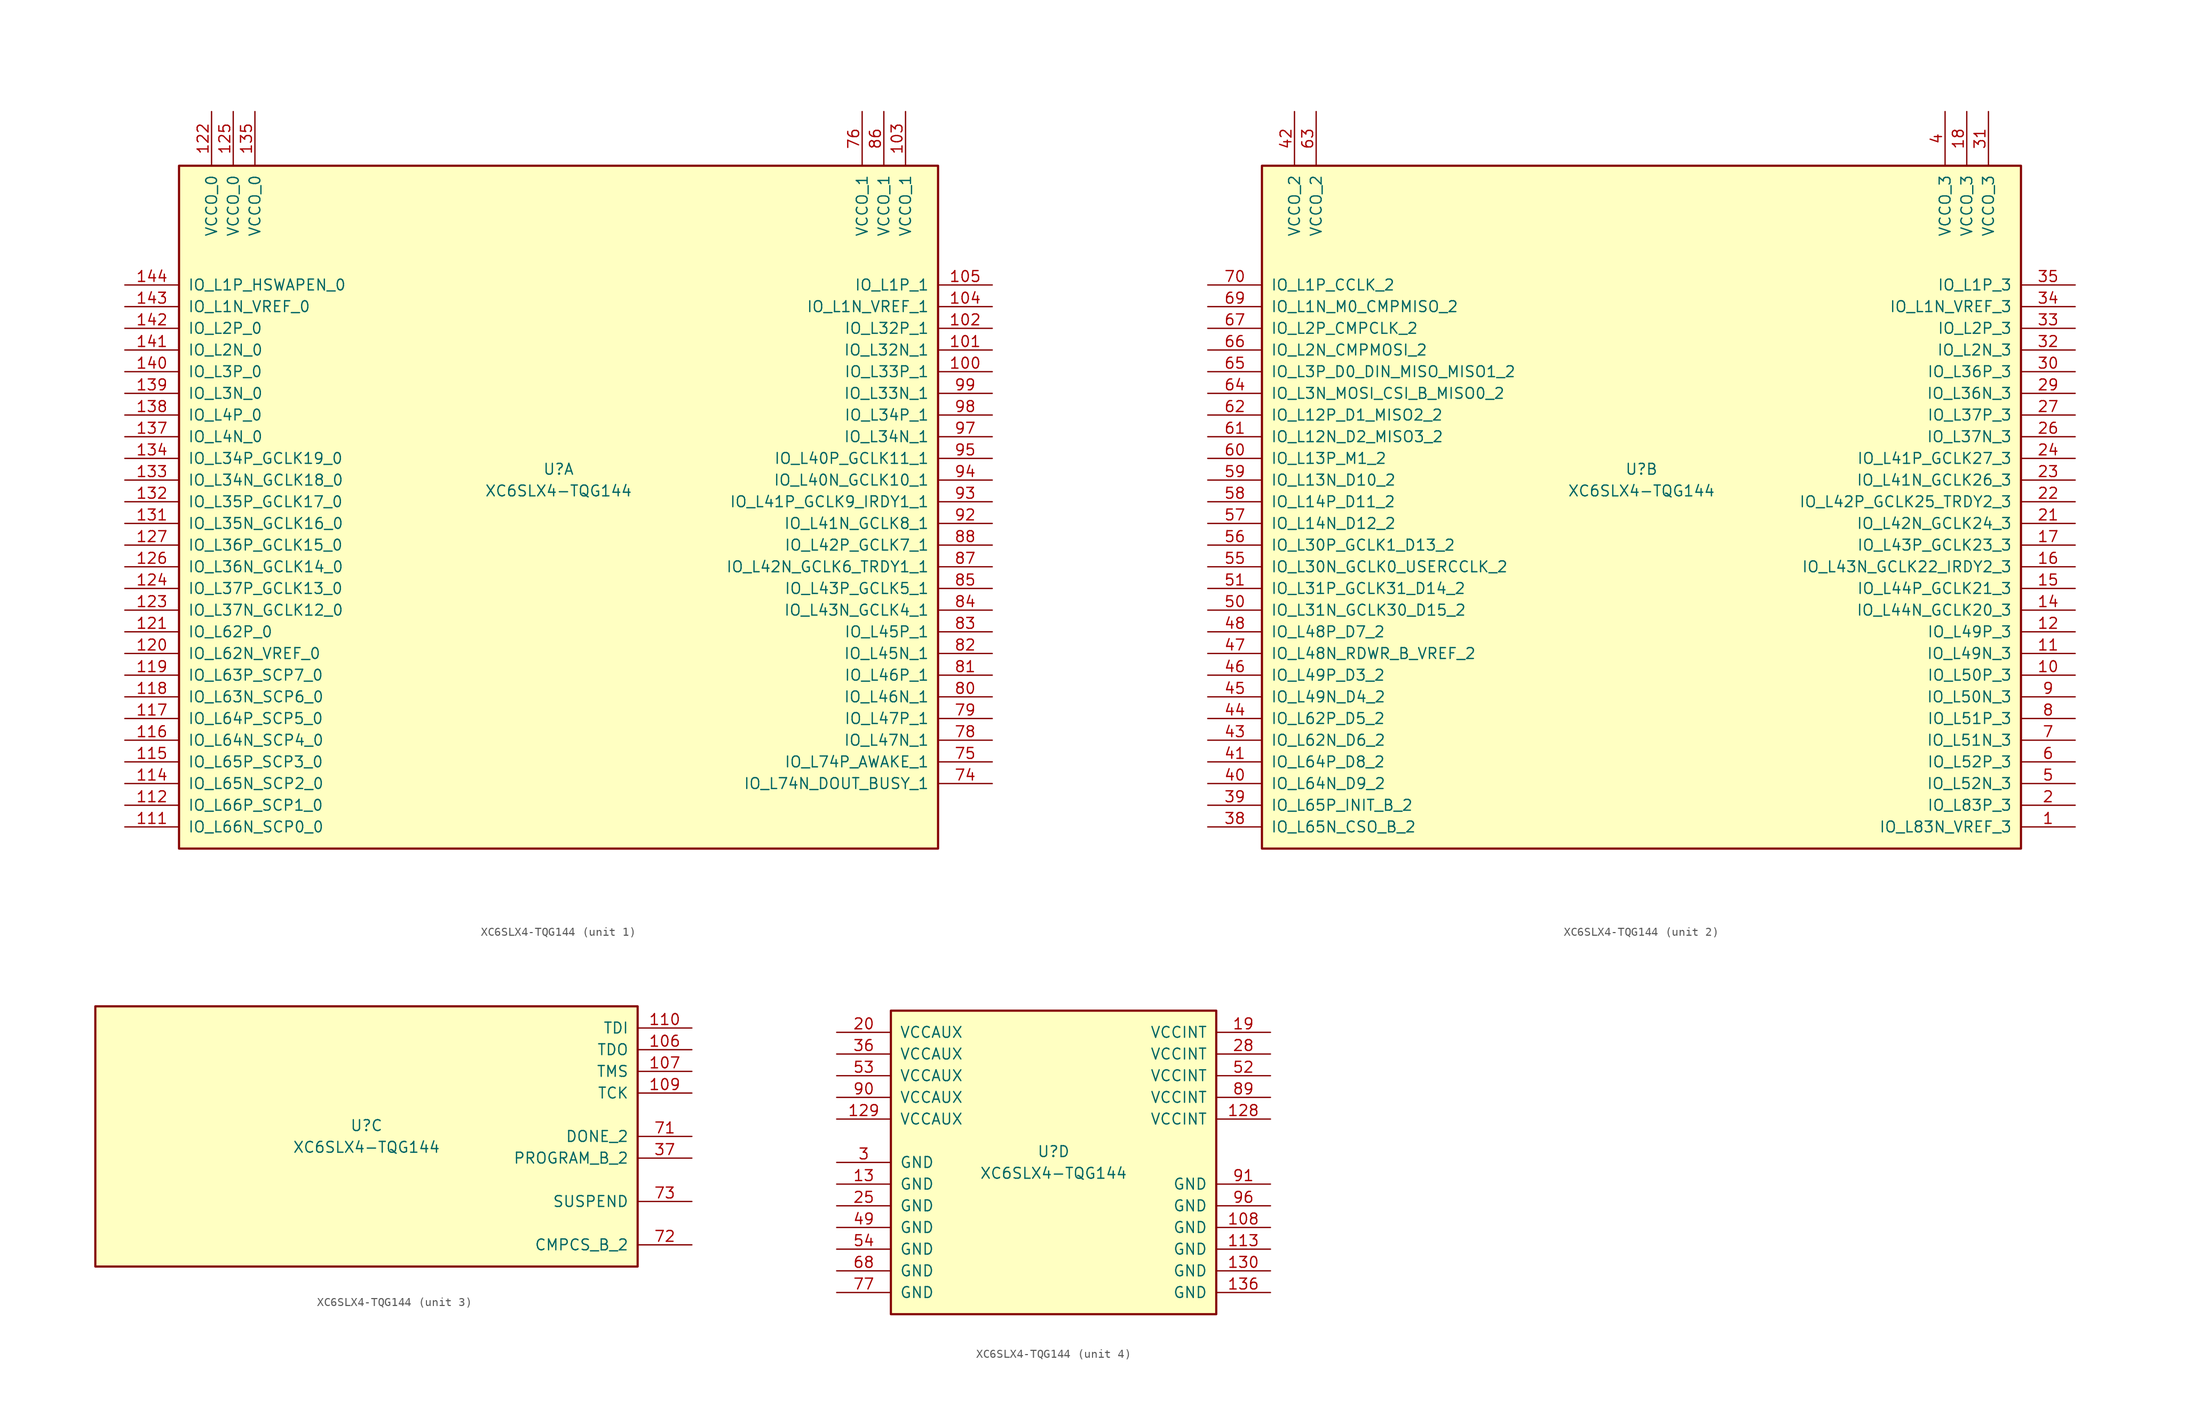
<source format=kicad_sym>
(kicad_symbol_lib
  (version 20201005)
  (generator kicad_symbol_editor)
  (symbol "FPGA_Xilinx_Spartan6:XC6SLX4-TQG144"
    (pin_names
      (offset 1.016))
    (property "Reference" "U"
      (at 0 1.27 0)
      (effects (font (size 1.27 1.27))))
    (property "Value" "XC6SLX4-TQG144"
      (at 0 -1.27 0)
      (effects (font (size 1.27 1.27))))
    (property "Datasheet" ""
      (at 0 0 0)
      (effects (font (size 1.27 1.27))))
    (property "ki_locked" ""
      (at 0 0 0)
      (effects (font (size 1.27 1.27))))
    (symbol "XC6SLX4-TQG144_1_1"
      (rectangle (start -44.45 36.83) (end 44.45 -43.18) (stroke (width 0.254)) (fill (type background)))
      (pin power_in line (at -40.64 43.18 270) (length 6.35) (name "VCCO_0" (effects (font (size 1.27 1.27)))) (number "122" (effects (font (size 1.27 1.27)))))
      (pin power_in line (at -38.1 43.18 270) (length 6.35) (name "VCCO_0" (effects (font (size 1.27 1.27)))) (number "125" (effects (font (size 1.27 1.27)))))
      (pin power_in line (at -35.56 43.18 270) (length 6.35) (name "VCCO_0" (effects (font (size 1.27 1.27)))) (number "135" (effects (font (size 1.27 1.27)))))
      (pin bidirectional line (at -50.8 22.86 0) (length 6.35) (name "IO_L1P_HSWAPEN_0" (effects (font (size 1.27 1.27)))) (number "144" (effects (font (size 1.27 1.27)))))
      (pin bidirectional line (at -50.8 20.32 0) (length 6.35) (name "IO_L1N_VREF_0" (effects (font (size 1.27 1.27)))) (number "143" (effects (font (size 1.27 1.27)))))
      (pin bidirectional line (at -50.8 17.78 0) (length 6.35) (name "IO_L2P_0" (effects (font (size 1.27 1.27)))) (number "142" (effects (font (size 1.27 1.27)))))
      (pin bidirectional line (at -50.8 15.24 0) (length 6.35) (name "IO_L2N_0" (effects (font (size 1.27 1.27)))) (number "141" (effects (font (size 1.27 1.27)))))
      (pin bidirectional line (at -50.8 12.7 0) (length 6.35) (name "IO_L3P_0" (effects (font (size 1.27 1.27)))) (number "140" (effects (font (size 1.27 1.27)))))
      (pin bidirectional line (at -50.8 10.16 0) (length 6.35) (name "IO_L3N_0" (effects (font (size 1.27 1.27)))) (number "139" (effects (font (size 1.27 1.27)))))
      (pin bidirectional line (at -50.8 7.62 0) (length 6.35) (name "IO_L4P_0" (effects (font (size 1.27 1.27)))) (number "138" (effects (font (size 1.27 1.27)))))
      (pin bidirectional line (at -50.8 5.08 0) (length 6.35) (name "IO_L4N_0" (effects (font (size 1.27 1.27)))) (number "137" (effects (font (size 1.27 1.27)))))
      (pin bidirectional line (at -50.8 2.54 0) (length 6.35) (name "IO_L34P_GCLK19_0" (effects (font (size 1.27 1.27)))) (number "134" (effects (font (size 1.27 1.27)))))
      (pin bidirectional line (at -50.8 0 0) (length 6.35) (name "IO_L34N_GCLK18_0" (effects (font (size 1.27 1.27)))) (number "133" (effects (font (size 1.27 1.27)))))
      (pin bidirectional line (at -50.8 -2.54 0) (length 6.35) (name "IO_L35P_GCLK17_0" (effects (font (size 1.27 1.27)))) (number "132" (effects (font (size 1.27 1.27)))))
      (pin bidirectional line (at -50.8 -5.08 0) (length 6.35) (name "IO_L35N_GCLK16_0" (effects (font (size 1.27 1.27)))) (number "131" (effects (font (size 1.27 1.27)))))
      (pin bidirectional line (at -50.8 -7.62 0) (length 6.35) (name "IO_L36P_GCLK15_0" (effects (font (size 1.27 1.27)))) (number "127" (effects (font (size 1.27 1.27)))))
      (pin bidirectional line (at -50.8 -10.16 0) (length 6.35) (name "IO_L36N_GCLK14_0" (effects (font (size 1.27 1.27)))) (number "126" (effects (font (size 1.27 1.27)))))
      (pin bidirectional line (at -50.8 -12.7 0) (length 6.35) (name "IO_L37P_GCLK13_0" (effects (font (size 1.27 1.27)))) (number "124" (effects (font (size 1.27 1.27)))))
      (pin bidirectional line (at -50.8 -15.24 0) (length 6.35) (name "IO_L37N_GCLK12_0" (effects (font (size 1.27 1.27)))) (number "123" (effects (font (size 1.27 1.27)))))
      (pin bidirectional line (at -50.8 -17.78 0) (length 6.35) (name "IO_L62P_0" (effects (font (size 1.27 1.27)))) (number "121" (effects (font (size 1.27 1.27)))))
      (pin bidirectional line (at -50.8 -20.32 0) (length 6.35) (name "IO_L62N_VREF_0" (effects (font (size 1.27 1.27)))) (number "120" (effects (font (size 1.27 1.27)))))
      (pin bidirectional line (at -50.8 -22.86 0) (length 6.35) (name "IO_L63P_SCP7_0" (effects (font (size 1.27 1.27)))) (number "119" (effects (font (size 1.27 1.27)))))
      (pin bidirectional line (at -50.8 -25.4 0) (length 6.35) (name "IO_L63N_SCP6_0" (effects (font (size 1.27 1.27)))) (number "118" (effects (font (size 1.27 1.27)))))
      (pin bidirectional line (at -50.8 -27.94 0) (length 6.35) (name "IO_L64P_SCP5_0" (effects (font (size 1.27 1.27)))) (number "117" (effects (font (size 1.27 1.27)))))
      (pin bidirectional line (at -50.8 -30.48 0) (length 6.35) (name "IO_L64N_SCP4_0" (effects (font (size 1.27 1.27)))) (number "116" (effects (font (size 1.27 1.27)))))
      (pin bidirectional line (at -50.8 -33.02 0) (length 6.35) (name "IO_L65P_SCP3_0" (effects (font (size 1.27 1.27)))) (number "115" (effects (font (size 1.27 1.27)))))
      (pin bidirectional line (at -50.8 -35.56 0) (length 6.35) (name "IO_L65N_SCP2_0" (effects (font (size 1.27 1.27)))) (number "114" (effects (font (size 1.27 1.27)))))
      (pin bidirectional line (at -50.8 -38.1 0) (length 6.35) (name "IO_L66P_SCP1_0" (effects (font (size 1.27 1.27)))) (number "112" (effects (font (size 1.27 1.27)))))
      (pin bidirectional line (at -50.8 -40.64 0) (length 6.35) (name "IO_L66N_SCP0_0" (effects (font (size 1.27 1.27)))) (number "111" (effects (font (size 1.27 1.27)))))
      (pin power_in line (at 35.56 43.18 270) (length 6.35) (name "VCCO_1" (effects (font (size 1.27 1.27)))) (number "76" (effects (font (size 1.27 1.27)))))
      (pin power_in line (at 38.1 43.18 270) (length 6.35) (name "VCCO_1" (effects (font (size 1.27 1.27)))) (number "86" (effects (font (size 1.27 1.27)))))
      (pin power_in line (at 40.64 43.18 270) (length 6.35) (name "VCCO_1" (effects (font (size 1.27 1.27)))) (number "103" (effects (font (size 1.27 1.27)))))
      (pin bidirectional line (at 50.8 22.86 180) (length 6.35) (name "IO_L1P_1" (effects (font (size 1.27 1.27)))) (number "105" (effects (font (size 1.27 1.27)))))
      (pin bidirectional line (at 50.8 20.32 180) (length 6.35) (name "IO_L1N_VREF_1" (effects (font (size 1.27 1.27)))) (number "104" (effects (font (size 1.27 1.27)))))
      (pin bidirectional line (at 50.8 17.78 180) (length 6.35) (name "IO_L32P_1" (effects (font (size 1.27 1.27)))) (number "102" (effects (font (size 1.27 1.27)))))
      (pin bidirectional line (at 50.8 15.24 180) (length 6.35) (name "IO_L32N_1" (effects (font (size 1.27 1.27)))) (number "101" (effects (font (size 1.27 1.27)))))
      (pin bidirectional line (at 50.8 12.7 180) (length 6.35) (name "IO_L33P_1" (effects (font (size 1.27 1.27)))) (number "100" (effects (font (size 1.27 1.27)))))
      (pin bidirectional line (at 50.8 10.16 180) (length 6.35) (name "IO_L33N_1" (effects (font (size 1.27 1.27)))) (number "99" (effects (font (size 1.27 1.27)))))
      (pin bidirectional line (at 50.8 7.62 180) (length 6.35) (name "IO_L34P_1" (effects (font (size 1.27 1.27)))) (number "98" (effects (font (size 1.27 1.27)))))
      (pin bidirectional line (at 50.8 5.08 180) (length 6.35) (name "IO_L34N_1" (effects (font (size 1.27 1.27)))) (number "97" (effects (font (size 1.27 1.27)))))
      (pin bidirectional line (at 50.8 2.54 180) (length 6.35) (name "IO_L40P_GCLK11_1" (effects (font (size 1.27 1.27)))) (number "95" (effects (font (size 1.27 1.27)))))
      (pin bidirectional line (at 50.8 0 180) (length 6.35) (name "IO_L40N_GCLK10_1" (effects (font (size 1.27 1.27)))) (number "94" (effects (font (size 1.27 1.27)))))
      (pin bidirectional line (at 50.8 -2.54 180) (length 6.35) (name "IO_L41P_GCLK9_IRDY1_1" (effects (font (size 1.27 1.27)))) (number "93" (effects (font (size 1.27 1.27)))))
      (pin bidirectional line (at 50.8 -5.08 180) (length 6.35) (name "IO_L41N_GCLK8_1" (effects (font (size 1.27 1.27)))) (number "92" (effects (font (size 1.27 1.27)))))
      (pin bidirectional line (at 50.8 -7.62 180) (length 6.35) (name "IO_L42P_GCLK7_1" (effects (font (size 1.27 1.27)))) (number "88" (effects (font (size 1.27 1.27)))))
      (pin bidirectional line (at 50.8 -10.16 180) (length 6.35) (name "IO_L42N_GCLK6_TRDY1_1" (effects (font (size 1.27 1.27)))) (number "87" (effects (font (size 1.27 1.27)))))
      (pin bidirectional line (at 50.8 -12.7 180) (length 6.35) (name "IO_L43P_GCLK5_1" (effects (font (size 1.27 1.27)))) (number "85" (effects (font (size 1.27 1.27)))))
      (pin bidirectional line (at 50.8 -15.24 180) (length 6.35) (name "IO_L43N_GCLK4_1" (effects (font (size 1.27 1.27)))) (number "84" (effects (font (size 1.27 1.27)))))
      (pin bidirectional line (at 50.8 -17.78 180) (length 6.35) (name "IO_L45P_1" (effects (font (size 1.27 1.27)))) (number "83" (effects (font (size 1.27 1.27)))))
      (pin bidirectional line (at 50.8 -20.32 180) (length 6.35) (name "IO_L45N_1" (effects (font (size 1.27 1.27)))) (number "82" (effects (font (size 1.27 1.27)))))
      (pin bidirectional line (at 50.8 -22.86 180) (length 6.35) (name "IO_L46P_1" (effects (font (size 1.27 1.27)))) (number "81" (effects (font (size 1.27 1.27)))))
      (pin bidirectional line (at 50.8 -25.4 180) (length 6.35) (name "IO_L46N_1" (effects (font (size 1.27 1.27)))) (number "80" (effects (font (size 1.27 1.27)))))
      (pin bidirectional line (at 50.8 -27.94 180) (length 6.35) (name "IO_L47P_1" (effects (font (size 1.27 1.27)))) (number "79" (effects (font (size 1.27 1.27)))))
      (pin bidirectional line (at 50.8 -30.48 180) (length 6.35) (name "IO_L47N_1" (effects (font (size 1.27 1.27)))) (number "78" (effects (font (size 1.27 1.27)))))
      (pin bidirectional line (at 50.8 -33.02 180) (length 6.35) (name "IO_L74P_AWAKE_1" (effects (font (size 1.27 1.27)))) (number "75" (effects (font (size 1.27 1.27)))))
      (pin bidirectional line (at 50.8 -35.56 180) (length 6.35) (name "IO_L74N_DOUT_BUSY_1" (effects (font (size 1.27 1.27)))) (number "74" (effects (font (size 1.27 1.27))))))
    (symbol "XC6SLX4-TQG144_2_1"
      (rectangle (start -44.45 36.83) (end 44.45 -43.18) (stroke (width 0.254)) (fill (type background)))
      (pin power_in line (at -40.64 43.18 270) (length 6.35) (name "VCCO_2" (effects (font (size 1.27 1.27)))) (number "42" (effects (font (size 1.27 1.27)))))
      (pin power_in line (at -38.1 43.18 270) (length 6.35) (name "VCCO_2" (effects (font (size 1.27 1.27)))) (number "63" (effects (font (size 1.27 1.27)))))
      (pin bidirectional line (at -50.8 22.86 0) (length 6.35) (name "IO_L1P_CCLK_2" (effects (font (size 1.27 1.27)))) (number "70" (effects (font (size 1.27 1.27)))))
      (pin bidirectional line (at -50.8 20.32 0) (length 6.35) (name "IO_L1N_M0_CMPMISO_2" (effects (font (size 1.27 1.27)))) (number "69" (effects (font (size 1.27 1.27)))))
      (pin bidirectional line (at -50.8 17.78 0) (length 6.35) (name "IO_L2P_CMPCLK_2" (effects (font (size 1.27 1.27)))) (number "67" (effects (font (size 1.27 1.27)))))
      (pin bidirectional line (at -50.8 15.24 0) (length 6.35) (name "IO_L2N_CMPMOSI_2" (effects (font (size 1.27 1.27)))) (number "66" (effects (font (size 1.27 1.27)))))
      (pin bidirectional line (at -50.8 12.7 0) (length 6.35) (name "IO_L3P_D0_DIN_MISO_MISO1_2" (effects (font (size 1.27 1.27)))) (number "65" (effects (font (size 1.27 1.27)))))
      (pin bidirectional line (at -50.8 10.16 0) (length 6.35) (name "IO_L3N_MOSI_CSI_B_MISO0_2" (effects (font (size 1.27 1.27)))) (number "64" (effects (font (size 1.27 1.27)))))
      (pin bidirectional line (at -50.8 7.62 0) (length 6.35) (name "IO_L12P_D1_MISO2_2" (effects (font (size 1.27 1.27)))) (number "62" (effects (font (size 1.27 1.27)))))
      (pin bidirectional line (at -50.8 5.08 0) (length 6.35) (name "IO_L12N_D2_MISO3_2" (effects (font (size 1.27 1.27)))) (number "61" (effects (font (size 1.27 1.27)))))
      (pin bidirectional line (at -50.8 2.54 0) (length 6.35) (name "IO_L13P_M1_2" (effects (font (size 1.27 1.27)))) (number "60" (effects (font (size 1.27 1.27)))))
      (pin bidirectional line (at -50.8 0 0) (length 6.35) (name "IO_L13N_D10_2" (effects (font (size 1.27 1.27)))) (number "59" (effects (font (size 1.27 1.27)))))
      (pin bidirectional line (at -50.8 -2.54 0) (length 6.35) (name "IO_L14P_D11_2" (effects (font (size 1.27 1.27)))) (number "58" (effects (font (size 1.27 1.27)))))
      (pin bidirectional line (at -50.8 -5.08 0) (length 6.35) (name "IO_L14N_D12_2" (effects (font (size 1.27 1.27)))) (number "57" (effects (font (size 1.27 1.27)))))
      (pin bidirectional line (at -50.8 -7.62 0) (length 6.35) (name "IO_L30P_GCLK1_D13_2" (effects (font (size 1.27 1.27)))) (number "56" (effects (font (size 1.27 1.27)))))
      (pin bidirectional line (at -50.8 -10.16 0) (length 6.35) (name "IO_L30N_GCLK0_USERCCLK_2" (effects (font (size 1.27 1.27)))) (number "55" (effects (font (size 1.27 1.27)))))
      (pin bidirectional line (at -50.8 -12.7 0) (length 6.35) (name "IO_L31P_GCLK31_D14_2" (effects (font (size 1.27 1.27)))) (number "51" (effects (font (size 1.27 1.27)))))
      (pin bidirectional line (at -50.8 -15.24 0) (length 6.35) (name "IO_L31N_GCLK30_D15_2" (effects (font (size 1.27 1.27)))) (number "50" (effects (font (size 1.27 1.27)))))
      (pin bidirectional line (at -50.8 -17.78 0) (length 6.35) (name "IO_L48P_D7_2" (effects (font (size 1.27 1.27)))) (number "48" (effects (font (size 1.27 1.27)))))
      (pin bidirectional line (at -50.8 -20.32 0) (length 6.35) (name "IO_L48N_RDWR_B_VREF_2" (effects (font (size 1.27 1.27)))) (number "47" (effects (font (size 1.27 1.27)))))
      (pin bidirectional line (at -50.8 -22.86 0) (length 6.35) (name "IO_L49P_D3_2" (effects (font (size 1.27 1.27)))) (number "46" (effects (font (size 1.27 1.27)))))
      (pin bidirectional line (at -50.8 -25.4 0) (length 6.35) (name "IO_L49N_D4_2" (effects (font (size 1.27 1.27)))) (number "45" (effects (font (size 1.27 1.27)))))
      (pin bidirectional line (at -50.8 -27.94 0) (length 6.35) (name "IO_L62P_D5_2" (effects (font (size 1.27 1.27)))) (number "44" (effects (font (size 1.27 1.27)))))
      (pin bidirectional line (at -50.8 -30.48 0) (length 6.35) (name "IO_L62N_D6_2" (effects (font (size 1.27 1.27)))) (number "43" (effects (font (size 1.27 1.27)))))
      (pin bidirectional line (at -50.8 -33.02 0) (length 6.35) (name "IO_L64P_D8_2" (effects (font (size 1.27 1.27)))) (number "41" (effects (font (size 1.27 1.27)))))
      (pin bidirectional line (at -50.8 -35.56 0) (length 6.35) (name "IO_L64N_D9_2" (effects (font (size 1.27 1.27)))) (number "40" (effects (font (size 1.27 1.27)))))
      (pin bidirectional line (at -50.8 -38.1 0) (length 6.35) (name "IO_L65P_INIT_B_2" (effects (font (size 1.27 1.27)))) (number "39" (effects (font (size 1.27 1.27)))))
      (pin bidirectional line (at -50.8 -40.64 0) (length 6.35) (name "IO_L65N_CSO_B_2" (effects (font (size 1.27 1.27)))) (number "38" (effects (font (size 1.27 1.27)))))
      (pin power_in line (at 35.56 43.18 270) (length 6.35) (name "VCCO_3" (effects (font (size 1.27 1.27)))) (number "4" (effects (font (size 1.27 1.27)))))
      (pin power_in line (at 38.1 43.18 270) (length 6.35) (name "VCCO_3" (effects (font (size 1.27 1.27)))) (number "18" (effects (font (size 1.27 1.27)))))
      (pin power_in line (at 40.64 43.18 270) (length 6.35) (name "VCCO_3" (effects (font (size 1.27 1.27)))) (number "31" (effects (font (size 1.27 1.27)))))
      (pin bidirectional line (at 50.8 22.86 180) (length 6.35) (name "IO_L1P_3" (effects (font (size 1.27 1.27)))) (number "35" (effects (font (size 1.27 1.27)))))
      (pin bidirectional line (at 50.8 20.32 180) (length 6.35) (name "IO_L1N_VREF_3" (effects (font (size 1.27 1.27)))) (number "34" (effects (font (size 1.27 1.27)))))
      (pin bidirectional line (at 50.8 17.78 180) (length 6.35) (name "IO_L2P_3" (effects (font (size 1.27 1.27)))) (number "33" (effects (font (size 1.27 1.27)))))
      (pin bidirectional line (at 50.8 15.24 180) (length 6.35) (name "IO_L2N_3" (effects (font (size 1.27 1.27)))) (number "32" (effects (font (size 1.27 1.27)))))
      (pin bidirectional line (at 50.8 12.7 180) (length 6.35) (name "IO_L36P_3" (effects (font (size 1.27 1.27)))) (number "30" (effects (font (size 1.27 1.27)))))
      (pin bidirectional line (at 50.8 10.16 180) (length 6.35) (name "IO_L36N_3" (effects (font (size 1.27 1.27)))) (number "29" (effects (font (size 1.27 1.27)))))
      (pin bidirectional line (at 50.8 7.62 180) (length 6.35) (name "IO_L37P_3" (effects (font (size 1.27 1.27)))) (number "27" (effects (font (size 1.27 1.27)))))
      (pin bidirectional line (at 50.8 5.08 180) (length 6.35) (name "IO_L37N_3" (effects (font (size 1.27 1.27)))) (number "26" (effects (font (size 1.27 1.27)))))
      (pin bidirectional line (at 50.8 2.54 180) (length 6.35) (name "IO_L41P_GCLK27_3" (effects (font (size 1.27 1.27)))) (number "24" (effects (font (size 1.27 1.27)))))
      (pin bidirectional line (at 50.8 0 180) (length 6.35) (name "IO_L41N_GCLK26_3" (effects (font (size 1.27 1.27)))) (number "23" (effects (font (size 1.27 1.27)))))
      (pin bidirectional line (at 50.8 -2.54 180) (length 6.35) (name "IO_L42P_GCLK25_TRDY2_3" (effects (font (size 1.27 1.27)))) (number "22" (effects (font (size 1.27 1.27)))))
      (pin bidirectional line (at 50.8 -5.08 180) (length 6.35) (name "IO_L42N_GCLK24_3" (effects (font (size 1.27 1.27)))) (number "21" (effects (font (size 1.27 1.27)))))
      (pin bidirectional line (at 50.8 -7.62 180) (length 6.35) (name "IO_L43P_GCLK23_3" (effects (font (size 1.27 1.27)))) (number "17" (effects (font (size 1.27 1.27)))))
      (pin bidirectional line (at 50.8 -10.16 180) (length 6.35) (name "IO_L43N_GCLK22_IRDY2_3" (effects (font (size 1.27 1.27)))) (number "16" (effects (font (size 1.27 1.27)))))
      (pin bidirectional line (at 50.8 -12.7 180) (length 6.35) (name "IO_L44P_GCLK21_3" (effects (font (size 1.27 1.27)))) (number "15" (effects (font (size 1.27 1.27)))))
      (pin bidirectional line (at 50.8 -15.24 180) (length 6.35) (name "IO_L44N_GCLK20_3" (effects (font (size 1.27 1.27)))) (number "14" (effects (font (size 1.27 1.27)))))
      (pin bidirectional line (at 50.8 -17.78 180) (length 6.35) (name "IO_L49P_3" (effects (font (size 1.27 1.27)))) (number "12" (effects (font (size 1.27 1.27)))))
      (pin bidirectional line (at 50.8 -20.32 180) (length 6.35) (name "IO_L49N_3" (effects (font (size 1.27 1.27)))) (number "11" (effects (font (size 1.27 1.27)))))
      (pin bidirectional line (at 50.8 -22.86 180) (length 6.35) (name "IO_L50P_3" (effects (font (size 1.27 1.27)))) (number "10" (effects (font (size 1.27 1.27)))))
      (pin bidirectional line (at 50.8 -25.4 180) (length 6.35) (name "IO_L50N_3" (effects (font (size 1.27 1.27)))) (number "9" (effects (font (size 1.27 1.27)))))
      (pin bidirectional line (at 50.8 -27.94 180) (length 6.35) (name "IO_L51P_3" (effects (font (size 1.27 1.27)))) (number "8" (effects (font (size 1.27 1.27)))))
      (pin bidirectional line (at 50.8 -30.48 180) (length 6.35) (name "IO_L51N_3" (effects (font (size 1.27 1.27)))) (number "7" (effects (font (size 1.27 1.27)))))
      (pin bidirectional line (at 50.8 -33.02 180) (length 6.35) (name "IO_L52P_3" (effects (font (size 1.27 1.27)))) (number "6" (effects (font (size 1.27 1.27)))))
      (pin bidirectional line (at 50.8 -35.56 180) (length 6.35) (name "IO_L52N_3" (effects (font (size 1.27 1.27)))) (number "5" (effects (font (size 1.27 1.27)))))
      (pin bidirectional line (at 50.8 -38.1 180) (length 6.35) (name "IO_L83P_3" (effects (font (size 1.27 1.27)))) (number "2" (effects (font (size 1.27 1.27)))))
      (pin bidirectional line (at 50.8 -40.64 180) (length 6.35) (name "IO_L83N_VREF_3" (effects (font (size 1.27 1.27)))) (number "1" (effects (font (size 1.27 1.27))))))
    (symbol "XC6SLX4-TQG144_3_1"
      (rectangle (start -31.75 15.24) (end 31.75 -15.24) (stroke (width 0.254)) (fill (type background)))
      (pin bidirectional line (at 38.1 12.7 180) (length 6.35) (name "TDI" (effects (font (size 1.27 1.27)))) (number "110" (effects (font (size 1.27 1.27)))))
      (pin bidirectional line (at 38.1 10.16 180) (length 6.35) (name "TDO" (effects (font (size 1.27 1.27)))) (number "106" (effects (font (size 1.27 1.27)))))
      (pin bidirectional line (at 38.1 7.62 180) (length 6.35) (name "TMS" (effects (font (size 1.27 1.27)))) (number "107" (effects (font (size 1.27 1.27)))))
      (pin bidirectional line (at 38.1 5.08 180) (length 6.35) (name "TCK" (effects (font (size 1.27 1.27)))) (number "109" (effects (font (size 1.27 1.27)))))
      (pin bidirectional line (at 38.1 0 180) (length 6.35) (name "DONE_2" (effects (font (size 1.27 1.27)))) (number "71" (effects (font (size 1.27 1.27)))))
      (pin bidirectional line (at 38.1 -2.54 180) (length 6.35) (name "PROGRAM_B_2" (effects (font (size 1.27 1.27)))) (number "37" (effects (font (size 1.27 1.27)))))
      (pin bidirectional line (at 38.1 -7.62 180) (length 6.35) (name "SUSPEND" (effects (font (size 1.27 1.27)))) (number "73" (effects (font (size 1.27 1.27)))))
      (pin bidirectional line (at 38.1 -12.7 180) (length 6.35) (name "CMPCS_B_2" (effects (font (size 1.27 1.27)))) (number "72" (effects (font (size 1.27 1.27))))))
    (symbol "XC6SLX4-TQG144_4_1"
      (rectangle (start -19.05 17.78) (end 19.05 -17.78) (stroke (width 0.254)) (fill (type background)))
      (pin power_in line (at -25.4 15.24 0) (length 6.35) (name "VCCAUX" (effects (font (size 1.27 1.27)))) (number "20" (effects (font (size 1.27 1.27)))))
      (pin power_in line (at -25.4 12.7 0) (length 6.35) (name "VCCAUX" (effects (font (size 1.27 1.27)))) (number "36" (effects (font (size 1.27 1.27)))))
      (pin power_in line (at -25.4 10.16 0) (length 6.35) (name "VCCAUX" (effects (font (size 1.27 1.27)))) (number "53" (effects (font (size 1.27 1.27)))))
      (pin power_in line (at -25.4 7.62 0) (length 6.35) (name "VCCAUX" (effects (font (size 1.27 1.27)))) (number "90" (effects (font (size 1.27 1.27)))))
      (pin power_in line (at -25.4 5.08 0) (length 6.35) (name "VCCAUX" (effects (font (size 1.27 1.27)))) (number "129" (effects (font (size 1.27 1.27)))))
      (pin power_in line (at -25.4 0 0) (length 6.35) (name "GND" (effects (font (size 1.27 1.27)))) (number "3" (effects (font (size 1.27 1.27)))))
      (pin power_in line (at -25.4 -2.54 0) (length 6.35) (name "GND" (effects (font (size 1.27 1.27)))) (number "13" (effects (font (size 1.27 1.27)))))
      (pin power_in line (at -25.4 -5.08 0) (length 6.35) (name "GND" (effects (font (size 1.27 1.27)))) (number "25" (effects (font (size 1.27 1.27)))))
      (pin power_in line (at -25.4 -7.62 0) (length 6.35) (name "GND" (effects (font (size 1.27 1.27)))) (number "49" (effects (font (size 1.27 1.27)))))
      (pin power_in line (at -25.4 -10.16 0) (length 6.35) (name "GND" (effects (font (size 1.27 1.27)))) (number "54" (effects (font (size 1.27 1.27)))))
      (pin power_in line (at -25.4 -12.7 0) (length 6.35) (name "GND" (effects (font (size 1.27 1.27)))) (number "68" (effects (font (size 1.27 1.27)))))
      (pin power_in line (at -25.4 -15.24 0) (length 6.35) (name "GND" (effects (font (size 1.27 1.27)))) (number "77" (effects (font (size 1.27 1.27)))))
      (pin power_in line (at 25.4 15.24 180) (length 6.35) (name "VCCINT" (effects (font (size 1.27 1.27)))) (number "19" (effects (font (size 1.27 1.27)))))
      (pin power_in line (at 25.4 12.7 180) (length 6.35) (name "VCCINT" (effects (font (size 1.27 1.27)))) (number "28" (effects (font (size 1.27 1.27)))))
      (pin power_in line (at 25.4 10.16 180) (length 6.35) (name "VCCINT" (effects (font (size 1.27 1.27)))) (number "52" (effects (font (size 1.27 1.27)))))
      (pin power_in line (at 25.4 7.62 180) (length 6.35) (name "VCCINT" (effects (font (size 1.27 1.27)))) (number "89" (effects (font (size 1.27 1.27)))))
      (pin power_in line (at 25.4 5.08 180) (length 6.35) (name "VCCINT" (effects (font (size 1.27 1.27)))) (number "128" (effects (font (size 1.27 1.27)))))
      (pin power_in line (at 25.4 -2.54 180) (length 6.35) (name "GND" (effects (font (size 1.27 1.27)))) (number "91" (effects (font (size 1.27 1.27)))))
      (pin power_in line (at 25.4 -5.08 180) (length 6.35) (name "GND" (effects (font (size 1.27 1.27)))) (number "96" (effects (font (size 1.27 1.27)))))
      (pin power_in line (at 25.4 -7.62 180) (length 6.35) (name "GND" (effects (font (size 1.27 1.27)))) (number "108" (effects (font (size 1.27 1.27)))))
      (pin power_in line (at 25.4 -10.16 180) (length 6.35) (name "GND" (effects (font (size 1.27 1.27)))) (number "113" (effects (font (size 1.27 1.27)))))
      (pin power_in line (at 25.4 -12.7 180) (length 6.35) (name "GND" (effects (font (size 1.27 1.27)))) (number "130" (effects (font (size 1.27 1.27)))))
      (pin power_in line (at 25.4 -15.24 180) (length 6.35) (name "GND" (effects (font (size 1.27 1.27)))) (number "136" (effects (font (size 1.27 1.27))))))))
</source>
